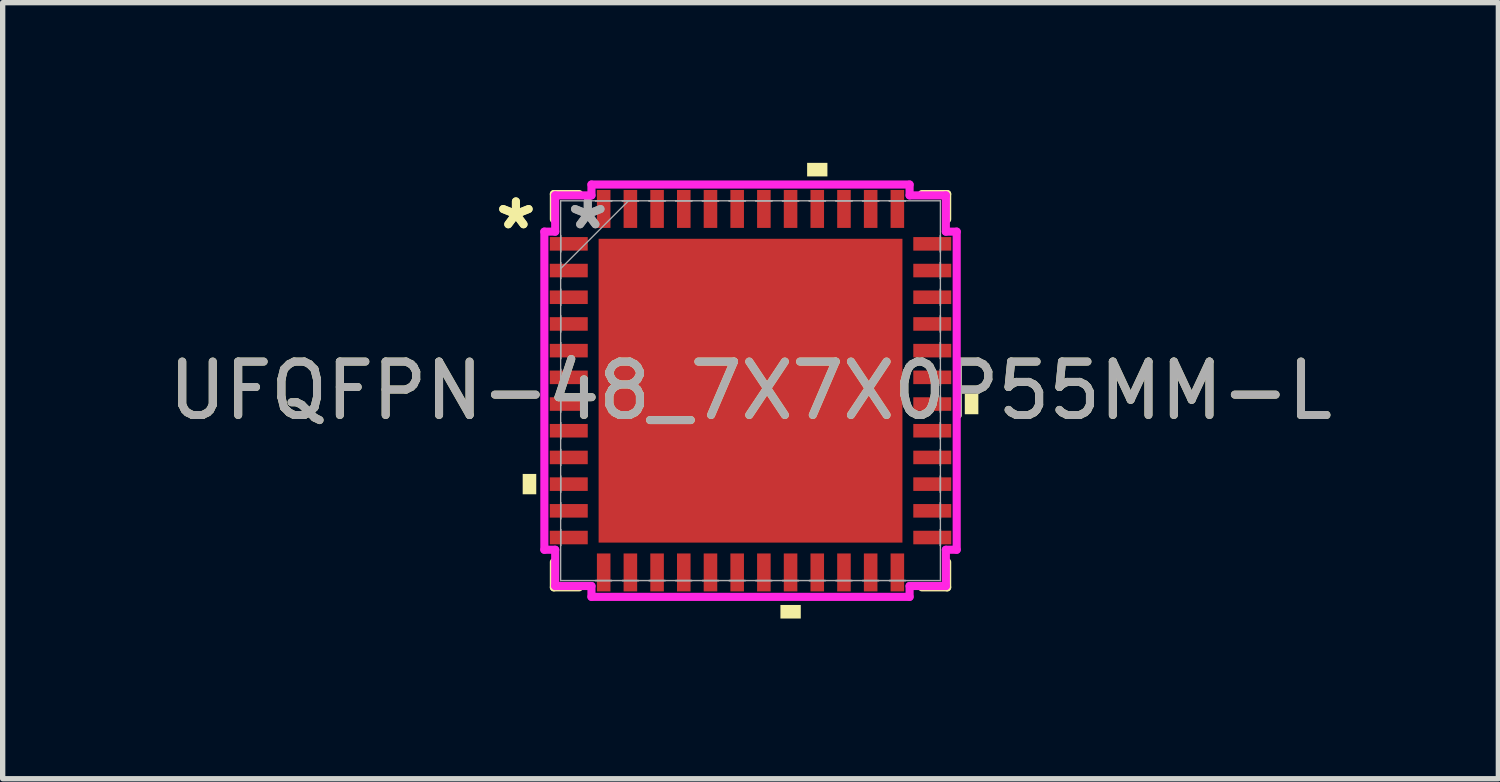
<source format=kicad_pcb>
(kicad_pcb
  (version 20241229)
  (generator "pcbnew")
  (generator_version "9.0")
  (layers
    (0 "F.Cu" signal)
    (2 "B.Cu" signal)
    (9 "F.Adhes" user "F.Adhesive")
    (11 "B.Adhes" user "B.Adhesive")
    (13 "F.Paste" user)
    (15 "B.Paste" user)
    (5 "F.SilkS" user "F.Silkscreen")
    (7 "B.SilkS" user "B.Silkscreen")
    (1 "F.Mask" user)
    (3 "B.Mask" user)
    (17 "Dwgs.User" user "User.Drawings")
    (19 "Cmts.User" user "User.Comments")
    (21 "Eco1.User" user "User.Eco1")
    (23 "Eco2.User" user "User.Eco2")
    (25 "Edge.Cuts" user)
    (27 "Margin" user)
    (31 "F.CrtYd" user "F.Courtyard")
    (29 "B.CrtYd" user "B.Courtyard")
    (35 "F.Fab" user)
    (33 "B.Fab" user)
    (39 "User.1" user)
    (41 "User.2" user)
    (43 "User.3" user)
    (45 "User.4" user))
  (footprint "UFQFPN-48_7X7X0P55MM-L"
    (layer "F.Cu")
    (at 11.006 4.267)
    (property "Reference" "UFQFPN-48_7X7X0P55MM-L" (at 0 0 0) (unlocked yes) (layer "F.SilkS") (effects (font (size 1 1) (thickness 0.15))))
    (attr smd)
    (fp_line (start -3.683 -3.683) (end -3.683 -3.21) (stroke (width 0.152) (type solid)) (layer "F.SilkS"))
    (fp_line (start -3.683 3.21) (end -3.683 3.683) (stroke (width 0.152) (type solid)) (layer "F.SilkS"))
    (fp_line (start -3.683 3.683) (end -3.21 3.683) (stroke (width 0.152) (type solid)) (layer "F.SilkS"))
    (fp_line (start -3.21 -3.683) (end -3.683 -3.683) (stroke (width 0.152) (type solid)) (layer "F.SilkS"))
    (fp_line (start 3.21 3.683) (end 3.683 3.683) (stroke (width 0.152) (type solid)) (layer "F.SilkS"))
    (fp_line (start 3.683 -3.683) (end 3.21 -3.683) (stroke (width 0.152) (type solid)) (layer "F.SilkS"))
    (fp_line (start 3.683 -3.21) (end 3.683 -3.683) (stroke (width 0.152) (type solid)) (layer "F.SilkS"))
    (fp_line (start 3.683 3.683) (end 3.683 3.21) (stroke (width 0.152) (type solid)) (layer "F.SilkS"))
    (fp_poly (pts (xy -4.267 1.559) (xy -4.267 1.94) (xy -4.013 1.94) (xy -4.013 1.559)) (stroke (width 0) (type solid)) (fill yes) (layer "F.SilkS"))
    (fp_poly (pts (xy 0.56 4.013) (xy 0.56 4.267) (xy 0.941 4.267) (xy 0.941 4.013)) (stroke (width 0) (type solid)) (fill yes) (layer "F.SilkS"))
    (fp_poly (pts (xy 1.06 -4.013) (xy 1.06 -4.267) (xy 1.44 -4.267) (xy 1.44 -4.013)) (stroke (width 0) (type solid)) (fill yes) (layer "F.SilkS"))
    (fp_poly (pts (xy 4.267 0.059) (xy 4.267 0.441) (xy 4.013 0.441) (xy 4.013 0.059)) (stroke (width 0) (type solid)) (fill yes) (layer "F.SilkS"))
    (fp_poly (pts (xy -2.745 -2.745) (xy -2.745 -1.522) (xy -1.522 -1.522) (xy -1.522 -2.745)) (stroke (width 0) (type solid)) (fill yes) (layer "F.Paste"))
    (fp_poly (pts (xy -2.745 -1.322) (xy -2.745 -0.1) (xy -1.522 -0.1) (xy -1.522 -1.322)) (stroke (width 0) (type solid)) (fill yes) (layer "F.Paste"))
    (fp_poly (pts (xy -2.745 0.1) (xy -2.745 1.322) (xy -1.522 1.322) (xy -1.522 0.1)) (stroke (width 0) (type solid)) (fill yes) (layer "F.Paste"))
    (fp_poly (pts (xy -2.745 1.522) (xy -2.745 2.745) (xy -1.522 2.745) (xy -1.522 1.522)) (stroke (width 0) (type solid)) (fill yes) (layer "F.Paste"))
    (fp_poly (pts (xy -1.322 -2.745) (xy -1.322 -1.522) (xy -0.1 -1.522) (xy -0.1 -2.745)) (stroke (width 0) (type solid)) (fill yes) (layer "F.Paste"))
    (fp_poly (pts (xy -1.322 -1.322) (xy -1.322 -0.1) (xy -0.1 -0.1) (xy -0.1 -1.322)) (stroke (width 0) (type solid)) (fill yes) (layer "F.Paste"))
    (fp_poly (pts (xy -1.322 0.1) (xy -1.322 1.322) (xy -0.1 1.322) (xy -0.1 0.1)) (stroke (width 0) (type solid)) (fill yes) (layer "F.Paste"))
    (fp_poly (pts (xy -1.322 1.522) (xy -1.322 2.745) (xy -0.1 2.745) (xy -0.1 1.522)) (stroke (width 0) (type solid)) (fill yes) (layer "F.Paste"))
    (fp_poly (pts (xy 0.1 -2.745) (xy 0.1 -1.522) (xy 1.322 -1.522) (xy 1.322 -2.745)) (stroke (width 0) (type solid)) (fill yes) (layer "F.Paste"))
    (fp_poly (pts (xy 0.1 -1.322) (xy 0.1 -0.1) (xy 1.322 -0.1) (xy 1.322 -1.322)) (stroke (width 0) (type solid)) (fill yes) (layer "F.Paste"))
    (fp_poly (pts (xy 0.1 0.1) (xy 0.1 1.322) (xy 1.322 1.322) (xy 1.322 0.1)) (stroke (width 0) (type solid)) (fill yes) (layer "F.Paste"))
    (fp_poly (pts (xy 0.1 1.522) (xy 0.1 2.745) (xy 1.322 2.745) (xy 1.322 1.522)) (stroke (width 0) (type solid)) (fill yes) (layer "F.Paste"))
    (fp_poly (pts (xy 1.522 -2.745) (xy 1.522 -1.522) (xy 2.745 -1.522) (xy 2.745 -2.745)) (stroke (width 0) (type solid)) (fill yes) (layer "F.Paste"))
    (fp_poly (pts (xy 1.522 -1.322) (xy 1.522 -0.1) (xy 2.745 -0.1) (xy 2.745 -1.322)) (stroke (width 0) (type solid)) (fill yes) (layer "F.Paste"))
    (fp_poly (pts (xy 1.522 0.1) (xy 1.522 1.322) (xy 2.745 1.322) (xy 2.745 0.1)) (stroke (width 0) (type solid)) (fill yes) (layer "F.Paste"))
    (fp_poly (pts (xy 1.522 1.522) (xy 1.522 2.745) (xy 2.745 2.745) (xy 2.745 1.522)) (stroke (width 0) (type solid)) (fill yes) (layer "F.Paste"))
    (fp_line (start -3.861 -2.979) (end -3.658 -2.979) (stroke (width 0.152) (type solid)) (layer "F.CrtYd"))
    (fp_line (start -3.861 2.979) (end -3.861 -2.979) (stroke (width 0.152) (type solid)) (layer "F.CrtYd"))
    (fp_line (start -3.658 -3.658) (end -2.979 -3.658) (stroke (width 0.152) (type solid)) (layer "F.CrtYd"))
    (fp_line (start -3.658 -2.979) (end -3.658 -3.658) (stroke (width 0.152) (type solid)) (layer "F.CrtYd"))
    (fp_line (start -3.658 2.979) (end -3.861 2.979) (stroke (width 0.152) (type solid)) (layer "F.CrtYd"))
    (fp_line (start -3.658 3.658) (end -3.658 2.979) (stroke (width 0.152) (type solid)) (layer "F.CrtYd"))
    (fp_line (start -2.979 -3.861) (end 2.979 -3.861) (stroke (width 0.152) (type solid)) (layer "F.CrtYd"))
    (fp_line (start -2.979 -3.658) (end -2.979 -3.861) (stroke (width 0.152) (type solid)) (layer "F.CrtYd"))
    (fp_line (start -2.979 3.658) (end -3.658 3.658) (stroke (width 0.152) (type solid)) (layer "F.CrtYd"))
    (fp_line (start -2.979 3.861) (end -2.979 3.658) (stroke (width 0.152) (type solid)) (layer "F.CrtYd"))
    (fp_line (start 2.979 -3.861) (end 2.979 -3.658) (stroke (width 0.152) (type solid)) (layer "F.CrtYd"))
    (fp_line (start 2.979 -3.658) (end 3.658 -3.658) (stroke (width 0.152) (type solid)) (layer "F.CrtYd"))
    (fp_line (start 2.979 3.658) (end 2.979 3.861) (stroke (width 0.152) (type solid)) (layer "F.CrtYd"))
    (fp_line (start 2.979 3.861) (end -2.979 3.861) (stroke (width 0.152) (type solid)) (layer "F.CrtYd"))
    (fp_line (start 3.658 -3.658) (end 3.658 -2.979) (stroke (width 0.152) (type solid)) (layer "F.CrtYd"))
    (fp_line (start 3.658 -2.979) (end 3.861 -2.979) (stroke (width 0.152) (type solid)) (layer "F.CrtYd"))
    (fp_line (start 3.658 2.979) (end 3.658 3.658) (stroke (width 0.152) (type solid)) (layer "F.CrtYd"))
    (fp_line (start 3.658 3.658) (end 2.979 3.658) (stroke (width 0.152) (type solid)) (layer "F.CrtYd"))
    (fp_line (start 3.861 -2.979) (end 3.861 2.979) (stroke (width 0.152) (type solid)) (layer "F.CrtYd"))
    (fp_line (start 3.861 2.979) (end 3.658 2.979) (stroke (width 0.152) (type solid)) (layer "F.CrtYd"))
    (fp_line (start -3.556 -3.556) (end -3.556 -3.556) (stroke (width 0.025) (type solid)) (layer "F.Fab"))
    (fp_line (start -3.556 -3.556) (end -3.556 3.556) (stroke (width 0.025) (type solid)) (layer "F.Fab"))
    (fp_line (start -3.556 -2.902) (end -3.556 -2.902) (stroke (width 0.025) (type solid)) (layer "F.Fab"))
    (fp_line (start -3.556 -2.902) (end -3.556 -2.598) (stroke (width 0.025) (type solid)) (layer "F.Fab"))
    (fp_line (start -3.556 -2.598) (end -3.556 -2.902) (stroke (width 0.025) (type solid)) (layer "F.Fab"))
    (fp_line (start -3.556 -2.598) (end -3.556 -2.598) (stroke (width 0.025) (type solid)) (layer "F.Fab"))
    (fp_line (start -3.556 -2.402) (end -3.556 -2.402) (stroke (width 0.025) (type solid)) (layer "F.Fab"))
    (fp_line (start -3.556 -2.402) (end -3.556 -2.098) (stroke (width 0.025) (type solid)) (layer "F.Fab"))
    (fp_line (start -3.556 -2.286) (end -2.286 -3.556) (stroke (width 0.025) (type solid)) (layer "F.Fab"))
    (fp_line (start -3.556 -2.098) (end -3.556 -2.402) (stroke (width 0.025) (type solid)) (layer "F.Fab"))
    (fp_line (start -3.556 -2.098) (end -3.556 -2.098) (stroke (width 0.025) (type solid)) (layer "F.Fab"))
    (fp_line (start -3.556 -1.902) (end -3.556 -1.902) (stroke (width 0.025) (type solid)) (layer "F.Fab"))
    (fp_line (start -3.556 -1.902) (end -3.556 -1.598) (stroke (width 0.025) (type solid)) (layer "F.Fab"))
    (fp_line (start -3.556 -1.598) (end -3.556 -1.902) (stroke (width 0.025) (type solid)) (layer "F.Fab"))
    (fp_line (start -3.556 -1.598) (end -3.556 -1.598) (stroke (width 0.025) (type solid)) (layer "F.Fab"))
    (fp_line (start -3.556 -1.402) (end -3.556 -1.402) (stroke (width 0.025) (type solid)) (layer "F.Fab"))
    (fp_line (start -3.556 -1.402) (end -3.556 -1.098) (stroke (width 0.025) (type solid)) (layer "F.Fab"))
    (fp_line (start -3.556 -1.098) (end -3.556 -1.402) (stroke (width 0.025) (type solid)) (layer "F.Fab"))
    (fp_line (start -3.556 -1.098) (end -3.556 -1.098) (stroke (width 0.025) (type solid)) (layer "F.Fab"))
    (fp_line (start -3.556 -0.902) (end -3.556 -0.902) (stroke (width 0.025) (type solid)) (layer "F.Fab"))
    (fp_line (start -3.556 -0.902) (end -3.556 -0.598) (stroke (width 0.025) (type solid)) (layer "F.Fab"))
    (fp_line (start -3.556 -0.598) (end -3.556 -0.902) (stroke (width 0.025) (type solid)) (layer "F.Fab"))
    (fp_line (start -3.556 -0.598) (end -3.556 -0.598) (stroke (width 0.025) (type solid)) (layer "F.Fab"))
    (fp_line (start -3.556 -0.402) (end -3.556 -0.402) (stroke (width 0.025) (type solid)) (layer "F.Fab"))
    (fp_line (start -3.556 -0.402) (end -3.556 -0.098) (stroke (width 0.025) (type solid)) (layer "F.Fab"))
    (fp_line (start -3.556 -0.098) (end -3.556 -0.402) (stroke (width 0.025) (type solid)) (layer "F.Fab"))
    (fp_line (start -3.556 -0.098) (end -3.556 -0.098) (stroke (width 0.025) (type solid)) (layer "F.Fab"))
    (fp_line (start -3.556 0.098) (end -3.556 0.098) (stroke (width 0.025) (type solid)) (layer "F.Fab"))
    (fp_line (start -3.556 0.098) (end -3.556 0.402) (stroke (width 0.025) (type solid)) (layer "F.Fab"))
    (fp_line (start -3.556 0.402) (end -3.556 0.098) (stroke (width 0.025) (type solid)) (layer "F.Fab"))
    (fp_line (start -3.556 0.402) (end -3.556 0.402) (stroke (width 0.025) (type solid)) (layer "F.Fab"))
    (fp_line (start -3.556 0.598) (end -3.556 0.598) (stroke (width 0.025) (type solid)) (layer "F.Fab"))
    (fp_line (start -3.556 0.598) (end -3.556 0.902) (stroke (width 0.025) (type solid)) (layer "F.Fab"))
    (fp_line (start -3.556 0.902) (end -3.556 0.598) (stroke (width 0.025) (type solid)) (layer "F.Fab"))
    (fp_line (start -3.556 0.902) (end -3.556 0.902) (stroke (width 0.025) (type solid)) (layer "F.Fab"))
    (fp_line (start -3.556 1.098) (end -3.556 1.098) (stroke (width 0.025) (type solid)) (layer "F.Fab"))
    (fp_line (start -3.556 1.098) (end -3.556 1.402) (stroke (width 0.025) (type solid)) (layer "F.Fab"))
    (fp_line (start -3.556 1.402) (end -3.556 1.098) (stroke (width 0.025) (type solid)) (layer "F.Fab"))
    (fp_line (start -3.556 1.402) (end -3.556 1.402) (stroke (width 0.025) (type solid)) (layer "F.Fab"))
    (fp_line (start -3.556 1.598) (end -3.556 1.598) (stroke (width 0.025) (type solid)) (layer "F.Fab"))
    (fp_line (start -3.556 1.598) (end -3.556 1.902) (stroke (width 0.025) (type solid)) (layer "F.Fab"))
    (fp_line (start -3.556 1.902) (end -3.556 1.598) (stroke (width 0.025) (type solid)) (layer "F.Fab"))
    (fp_line (start -3.556 1.902) (end -3.556 1.902) (stroke (width 0.025) (type solid)) (layer "F.Fab"))
    (fp_line (start -3.556 2.098) (end -3.556 2.098) (stroke (width 0.025) (type solid)) (layer "F.Fab"))
    (fp_line (start -3.556 2.098) (end -3.556 2.402) (stroke (width 0.025) (type solid)) (layer "F.Fab"))
    (fp_line (start -3.556 2.402) (end -3.556 2.098) (stroke (width 0.025) (type solid)) (layer "F.Fab"))
    (fp_line (start -3.556 2.402) (end -3.556 2.402) (stroke (width 0.025) (type solid)) (layer "F.Fab"))
    (fp_line (start -3.556 2.598) (end -3.556 2.598) (stroke (width 0.025) (type solid)) (layer "F.Fab"))
    (fp_line (start -3.556 2.598) (end -3.556 2.902) (stroke (width 0.025) (type solid)) (layer "F.Fab"))
    (fp_line (start -3.556 2.902) (end -3.556 2.598) (stroke (width 0.025) (type solid)) (layer "F.Fab"))
    (fp_line (start -3.556 2.902) (end -3.556 2.902) (stroke (width 0.025) (type solid)) (layer "F.Fab"))
    (fp_line (start -3.556 3.556) (end -3.556 3.556) (stroke (width 0.025) (type solid)) (layer "F.Fab"))
    (fp_line (start -3.556 3.556) (end 3.556 3.556) (stroke (width 0.025) (type solid)) (layer "F.Fab"))
    (fp_line (start -2.902 -3.556) (end -2.902 -3.556) (stroke (width 0.025) (type solid)) (layer "F.Fab"))
    (fp_line (start -2.902 -3.556) (end -2.598 -3.556) (stroke (width 0.025) (type solid)) (layer "F.Fab"))
    (fp_line (start -2.902 3.556) (end -2.902 3.556) (stroke (width 0.025) (type solid)) (layer "F.Fab"))
    (fp_line (start -2.902 3.556) (end -2.598 3.556) (stroke (width 0.025) (type solid)) (layer "F.Fab"))
    (fp_line (start -2.598 -3.556) (end -2.902 -3.556) (stroke (width 0.025) (type solid)) (layer "F.Fab"))
    (fp_line (start -2.598 -3.556) (end -2.598 -3.556) (stroke (width 0.025) (type solid)) (layer "F.Fab"))
    (fp_line (start -2.598 3.556) (end -2.902 3.556) (stroke (width 0.025) (type solid)) (layer "F.Fab"))
    (fp_line (start -2.598 3.556) (end -2.598 3.556) (stroke (width 0.025) (type solid)) (layer "F.Fab"))
    (fp_line (start -2.402 -3.556) (end -2.402 -3.556) (stroke (width 0.025) (type solid)) (layer "F.Fab"))
    (fp_line (start -2.402 -3.556) (end -2.098 -3.556) (stroke (width 0.025) (type solid)) (layer "F.Fab"))
    (fp_line (start -2.402 3.556) (end -2.402 3.556) (stroke (width 0.025) (type solid)) (layer "F.Fab"))
    (fp_line (start -2.402 3.556) (end -2.098 3.556) (stroke (width 0.025) (type solid)) (layer "F.Fab"))
    (fp_line (start -2.098 -3.556) (end -2.402 -3.556) (stroke (width 0.025) (type solid)) (layer "F.Fab"))
    (fp_line (start -2.098 -3.556) (end -2.098 -3.556) (stroke (width 0.025) (type solid)) (layer "F.Fab"))
    (fp_line (start -2.098 3.556) (end -2.402 3.556) (stroke (width 0.025) (type solid)) (layer "F.Fab"))
    (fp_line (start -2.098 3.556) (end -2.098 3.556) (stroke (width 0.025) (type solid)) (layer "F.Fab"))
    (fp_line (start -1.902 -3.556) (end -1.902 -3.556) (stroke (width 0.025) (type solid)) (layer "F.Fab"))
    (fp_line (start -1.902 -3.556) (end -1.598 -3.556) (stroke (width 0.025) (type solid)) (layer "F.Fab"))
    (fp_line (start -1.902 3.556) (end -1.902 3.556) (stroke (width 0.025) (type solid)) (layer "F.Fab"))
    (fp_line (start -1.902 3.556) (end -1.598 3.556) (stroke (width 0.025) (type solid)) (layer "F.Fab"))
    (fp_line (start -1.598 -3.556) (end -1.902 -3.556) (stroke (width 0.025) (type solid)) (layer "F.Fab"))
    (fp_line (start -1.598 -3.556) (end -1.598 -3.556) (stroke (width 0.025) (type solid)) (layer "F.Fab"))
    (fp_line (start -1.598 3.556) (end -1.902 3.556) (stroke (width 0.025) (type solid)) (layer "F.Fab"))
    (fp_line (start -1.598 3.556) (end -1.598 3.556) (stroke (width 0.025) (type solid)) (layer "F.Fab"))
    (fp_line (start -1.402 -3.556) (end -1.402 -3.556) (stroke (width 0.025) (type solid)) (layer "F.Fab"))
    (fp_line (start -1.402 -3.556) (end -1.098 -3.556) (stroke (width 0.025) (type solid)) (layer "F.Fab"))
    (fp_line (start -1.402 3.556) (end -1.402 3.556) (stroke (width 0.025) (type solid)) (layer "F.Fab"))
    (fp_line (start -1.402 3.556) (end -1.098 3.556) (stroke (width 0.025) (type solid)) (layer "F.Fab"))
    (fp_line (start -1.098 -3.556) (end -1.402 -3.556) (stroke (width 0.025) (type solid)) (layer "F.Fab"))
    (fp_line (start -1.098 -3.556) (end -1.098 -3.556) (stroke (width 0.025) (type solid)) (layer "F.Fab"))
    (fp_line (start -1.098 3.556) (end -1.402 3.556) (stroke (width 0.025) (type solid)) (layer "F.Fab"))
    (fp_line (start -1.098 3.556) (end -1.098 3.556) (stroke (width 0.025) (type solid)) (layer "F.Fab"))
    (fp_line (start -0.902 -3.556) (end -0.902 -3.556) (stroke (width 0.025) (type solid)) (layer "F.Fab"))
    (fp_line (start -0.902 -3.556) (end -0.598 -3.556) (stroke (width 0.025) (type solid)) (layer "F.Fab"))
    (fp_line (start -0.902 3.556) (end -0.902 3.556) (stroke (width 0.025) (type solid)) (layer "F.Fab"))
    (fp_line (start -0.902 3.556) (end -0.598 3.556) (stroke (width 0.025) (type solid)) (layer "F.Fab"))
    (fp_line (start -0.598 -3.556) (end -0.902 -3.556) (stroke (width 0.025) (type solid)) (layer "F.Fab"))
    (fp_line (start -0.598 -3.556) (end -0.598 -3.556) (stroke (width 0.025) (type solid)) (layer "F.Fab"))
    (fp_line (start -0.598 3.556) (end -0.902 3.556) (stroke (width 0.025) (type solid)) (layer "F.Fab"))
    (fp_line (start -0.598 3.556) (end -0.598 3.556) (stroke (width 0.025) (type solid)) (layer "F.Fab"))
    (fp_line (start -0.402 -3.556) (end -0.402 -3.556) (stroke (width 0.025) (type solid)) (layer "F.Fab"))
    (fp_line (start -0.402 -3.556) (end -0.098 -3.556) (stroke (width 0.025) (type solid)) (layer "F.Fab"))
    (fp_line (start -0.402 3.556) (end -0.402 3.556) (stroke (width 0.025) (type solid)) (layer "F.Fab"))
    (fp_line (start -0.402 3.556) (end -0.098 3.556) (stroke (width 0.025) (type solid)) (layer "F.Fab"))
    (fp_line (start -0.098 -3.556) (end -0.402 -3.556) (stroke (width 0.025) (type solid)) (layer "F.Fab"))
    (fp_line (start -0.098 -3.556) (end -0.098 -3.556) (stroke (width 0.025) (type solid)) (layer "F.Fab"))
    (fp_line (start -0.098 3.556) (end -0.402 3.556) (stroke (width 0.025) (type solid)) (layer "F.Fab"))
    (fp_line (start -0.098 3.556) (end -0.098 3.556) (stroke (width 0.025) (type solid)) (layer "F.Fab"))
    (fp_line (start 0.098 -3.556) (end 0.098 -3.556) (stroke (width 0.025) (type solid)) (layer "F.Fab"))
    (fp_line (start 0.098 -3.556) (end 0.402 -3.556) (stroke (width 0.025) (type solid)) (layer "F.Fab"))
    (fp_line (start 0.098 3.556) (end 0.098 3.556) (stroke (width 0.025) (type solid)) (layer "F.Fab"))
    (fp_line (start 0.098 3.556) (end 0.402 3.556) (stroke (width 0.025) (type solid)) (layer "F.Fab"))
    (fp_line (start 0.402 -3.556) (end 0.098 -3.556) (stroke (width 0.025) (type solid)) (layer "F.Fab"))
    (fp_line (start 0.402 -3.556) (end 0.402 -3.556) (stroke (width 0.025) (type solid)) (layer "F.Fab"))
    (fp_line (start 0.402 3.556) (end 0.098 3.556) (stroke (width 0.025) (type solid)) (layer "F.Fab"))
    (fp_line (start 0.402 3.556) (end 0.402 3.556) (stroke (width 0.025) (type solid)) (layer "F.Fab"))
    (fp_line (start 0.598 -3.556) (end 0.598 -3.556) (stroke (width 0.025) (type solid)) (layer "F.Fab"))
    (fp_line (start 0.598 -3.556) (end 0.902 -3.556) (stroke (width 0.025) (type solid)) (layer "F.Fab"))
    (fp_line (start 0.598 3.556) (end 0.598 3.556) (stroke (width 0.025) (type solid)) (layer "F.Fab"))
    (fp_line (start 0.598 3.556) (end 0.902 3.556) (stroke (width 0.025) (type solid)) (layer "F.Fab"))
    (fp_line (start 0.902 -3.556) (end 0.598 -3.556) (stroke (width 0.025) (type solid)) (layer "F.Fab"))
    (fp_line (start 0.902 -3.556) (end 0.902 -3.556) (stroke (width 0.025) (type solid)) (layer "F.Fab"))
    (fp_line (start 0.902 3.556) (end 0.598 3.556) (stroke (width 0.025) (type solid)) (layer "F.Fab"))
    (fp_line (start 0.902 3.556) (end 0.902 3.556) (stroke (width 0.025) (type solid)) (layer "F.Fab"))
    (fp_line (start 1.098 -3.556) (end 1.098 -3.556) (stroke (width 0.025) (type solid)) (layer "F.Fab"))
    (fp_line (start 1.098 -3.556) (end 1.402 -3.556) (stroke (width 0.025) (type solid)) (layer "F.Fab"))
    (fp_line (start 1.098 3.556) (end 1.098 3.556) (stroke (width 0.025) (type solid)) (layer "F.Fab"))
    (fp_line (start 1.098 3.556) (end 1.402 3.556) (stroke (width 0.025) (type solid)) (layer "F.Fab"))
    (fp_line (start 1.402 -3.556) (end 1.098 -3.556) (stroke (width 0.025) (type solid)) (layer "F.Fab"))
    (fp_line (start 1.402 -3.556) (end 1.402 -3.556) (stroke (width 0.025) (type solid)) (layer "F.Fab"))
    (fp_line (start 1.402 3.556) (end 1.098 3.556) (stroke (width 0.025) (type solid)) (layer "F.Fab"))
    (fp_line (start 1.402 3.556) (end 1.402 3.556) (stroke (width 0.025) (type solid)) (layer "F.Fab"))
    (fp_line (start 1.598 -3.556) (end 1.598 -3.556) (stroke (width 0.025) (type solid)) (layer "F.Fab"))
    (fp_line (start 1.598 -3.556) (end 1.902 -3.556) (stroke (width 0.025) (type solid)) (layer "F.Fab"))
    (fp_line (start 1.598 3.556) (end 1.598 3.556) (stroke (width 0.025) (type solid)) (layer "F.Fab"))
    (fp_line (start 1.598 3.556) (end 1.902 3.556) (stroke (width 0.025) (type solid)) (layer "F.Fab"))
    (fp_line (start 1.902 -3.556) (end 1.598 -3.556) (stroke (width 0.025) (type solid)) (layer "F.Fab"))
    (fp_line (start 1.902 -3.556) (end 1.902 -3.556) (stroke (width 0.025) (type solid)) (layer "F.Fab"))
    (fp_line (start 1.902 3.556) (end 1.598 3.556) (stroke (width 0.025) (type solid)) (layer "F.Fab"))
    (fp_line (start 1.902 3.556) (end 1.902 3.556) (stroke (width 0.025) (type solid)) (layer "F.Fab"))
    (fp_line (start 2.098 -3.556) (end 2.098 -3.556) (stroke (width 0.025) (type solid)) (layer "F.Fab"))
    (fp_line (start 2.098 -3.556) (end 2.402 -3.556) (stroke (width 0.025) (type solid)) (layer "F.Fab"))
    (fp_line (start 2.098 3.556) (end 2.098 3.556) (stroke (width 0.025) (type solid)) (layer "F.Fab"))
    (fp_line (start 2.098 3.556) (end 2.402 3.556) (stroke (width 0.025) (type solid)) (layer "F.Fab"))
    (fp_line (start 2.402 -3.556) (end 2.098 -3.556) (stroke (width 0.025) (type solid)) (layer "F.Fab"))
    (fp_line (start 2.402 -3.556) (end 2.402 -3.556) (stroke (width 0.025) (type solid)) (layer "F.Fab"))
    (fp_line (start 2.402 3.556) (end 2.098 3.556) (stroke (width 0.025) (type solid)) (layer "F.Fab"))
    (fp_line (start 2.402 3.556) (end 2.402 3.556) (stroke (width 0.025) (type solid)) (layer "F.Fab"))
    (fp_line (start 2.598 -3.556) (end 2.598 -3.556) (stroke (width 0.025) (type solid)) (layer "F.Fab"))
    (fp_line (start 2.598 -3.556) (end 2.902 -3.556) (stroke (width 0.025) (type solid)) (layer "F.Fab"))
    (fp_line (start 2.598 3.556) (end 2.598 3.556) (stroke (width 0.025) (type solid)) (layer "F.Fab"))
    (fp_line (start 2.598 3.556) (end 2.902 3.556) (stroke (width 0.025) (type solid)) (layer "F.Fab"))
    (fp_line (start 2.902 -3.556) (end 2.598 -3.556) (stroke (width 0.025) (type solid)) (layer "F.Fab"))
    (fp_line (start 2.902 -3.556) (end 2.902 -3.556) (stroke (width 0.025) (type solid)) (layer "F.Fab"))
    (fp_line (start 2.902 3.556) (end 2.598 3.556) (stroke (width 0.025) (type solid)) (layer "F.Fab"))
    (fp_line (start 2.902 3.556) (end 2.902 3.556) (stroke (width 0.025) (type solid)) (layer "F.Fab"))
    (fp_line (start 3.556 -3.556) (end -3.556 -3.556) (stroke (width 0.025) (type solid)) (layer "F.Fab"))
    (fp_line (start 3.556 -3.556) (end 3.556 -3.556) (stroke (width 0.025) (type solid)) (layer "F.Fab"))
    (fp_line (start 3.556 -2.902) (end 3.556 -2.902) (stroke (width 0.025) (type solid)) (layer "F.Fab"))
    (fp_line (start 3.556 -2.902) (end 3.556 -2.598) (stroke (width 0.025) (type solid)) (layer "F.Fab"))
    (fp_line (start 3.556 -2.598) (end 3.556 -2.902) (stroke (width 0.025) (type solid)) (layer "F.Fab"))
    (fp_line (start 3.556 -2.598) (end 3.556 -2.598) (stroke (width 0.025) (type solid)) (layer "F.Fab"))
    (fp_line (start 3.556 -2.402) (end 3.556 -2.402) (stroke (width 0.025) (type solid)) (layer "F.Fab"))
    (fp_line (start 3.556 -2.402) (end 3.556 -2.098) (stroke (width 0.025) (type solid)) (layer "F.Fab"))
    (fp_line (start 3.556 -2.098) (end 3.556 -2.402) (stroke (width 0.025) (type solid)) (layer "F.Fab"))
    (fp_line (start 3.556 -2.098) (end 3.556 -2.098) (stroke (width 0.025) (type solid)) (layer "F.Fab"))
    (fp_line (start 3.556 -1.902) (end 3.556 -1.902) (stroke (width 0.025) (type solid)) (layer "F.Fab"))
    (fp_line (start 3.556 -1.902) (end 3.556 -1.598) (stroke (width 0.025) (type solid)) (layer "F.Fab"))
    (fp_line (start 3.556 -1.598) (end 3.556 -1.902) (stroke (width 0.025) (type solid)) (layer "F.Fab"))
    (fp_line (start 3.556 -1.598) (end 3.556 -1.598) (stroke (width 0.025) (type solid)) (layer "F.Fab"))
    (fp_line (start 3.556 -1.402) (end 3.556 -1.402) (stroke (width 0.025) (type solid)) (layer "F.Fab"))
    (fp_line (start 3.556 -1.402) (end 3.556 -1.098) (stroke (width 0.025) (type solid)) (layer "F.Fab"))
    (fp_line (start 3.556 -1.098) (end 3.556 -1.402) (stroke (width 0.025) (type solid)) (layer "F.Fab"))
    (fp_line (start 3.556 -1.098) (end 3.556 -1.098) (stroke (width 0.025) (type solid)) (layer "F.Fab"))
    (fp_line (start 3.556 -0.902) (end 3.556 -0.902) (stroke (width 0.025) (type solid)) (layer "F.Fab"))
    (fp_line (start 3.556 -0.902) (end 3.556 -0.598) (stroke (width 0.025) (type solid)) (layer "F.Fab"))
    (fp_line (start 3.556 -0.598) (end 3.556 -0.902) (stroke (width 0.025) (type solid)) (layer "F.Fab"))
    (fp_line (start 3.556 -0.598) (end 3.556 -0.598) (stroke (width 0.025) (type solid)) (layer "F.Fab"))
    (fp_line (start 3.556 -0.402) (end 3.556 -0.402) (stroke (width 0.025) (type solid)) (layer "F.Fab"))
    (fp_line (start 3.556 -0.402) (end 3.556 -0.098) (stroke (width 0.025) (type solid)) (layer "F.Fab"))
    (fp_line (start 3.556 -0.098) (end 3.556 -0.402) (stroke (width 0.025) (type solid)) (layer "F.Fab"))
    (fp_line (start 3.556 -0.098) (end 3.556 -0.098) (stroke (width 0.025) (type solid)) (layer "F.Fab"))
    (fp_line (start 3.556 0.098) (end 3.556 0.098) (stroke (width 0.025) (type solid)) (layer "F.Fab"))
    (fp_line (start 3.556 0.098) (end 3.556 0.402) (stroke (width 0.025) (type solid)) (layer "F.Fab"))
    (fp_line (start 3.556 0.402) (end 3.556 0.098) (stroke (width 0.025) (type solid)) (layer "F.Fab"))
    (fp_line (start 3.556 0.402) (end 3.556 0.402) (stroke (width 0.025) (type solid)) (layer "F.Fab"))
    (fp_line (start 3.556 0.598) (end 3.556 0.598) (stroke (width 0.025) (type solid)) (layer "F.Fab"))
    (fp_line (start 3.556 0.598) (end 3.556 0.902) (stroke (width 0.025) (type solid)) (layer "F.Fab"))
    (fp_line (start 3.556 0.902) (end 3.556 0.598) (stroke (width 0.025) (type solid)) (layer "F.Fab"))
    (fp_line (start 3.556 0.902) (end 3.556 0.902) (stroke (width 0.025) (type solid)) (layer "F.Fab"))
    (fp_line (start 3.556 1.098) (end 3.556 1.098) (stroke (width 0.025) (type solid)) (layer "F.Fab"))
    (fp_line (start 3.556 1.098) (end 3.556 1.402) (stroke (width 0.025) (type solid)) (layer "F.Fab"))
    (fp_line (start 3.556 1.402) (end 3.556 1.098) (stroke (width 0.025) (type solid)) (layer "F.Fab"))
    (fp_line (start 3.556 1.402) (end 3.556 1.402) (stroke (width 0.025) (type solid)) (layer "F.Fab"))
    (fp_line (start 3.556 1.598) (end 3.556 1.598) (stroke (width 0.025) (type solid)) (layer "F.Fab"))
    (fp_line (start 3.556 1.598) (end 3.556 1.902) (stroke (width 0.025) (type solid)) (layer "F.Fab"))
    (fp_line (start 3.556 1.902) (end 3.556 1.598) (stroke (width 0.025) (type solid)) (layer "F.Fab"))
    (fp_line (start 3.556 1.902) (end 3.556 1.902) (stroke (width 0.025) (type solid)) (layer "F.Fab"))
    (fp_line (start 3.556 2.098) (end 3.556 2.098) (stroke (width 0.025) (type solid)) (layer "F.Fab"))
    (fp_line (start 3.556 2.098) (end 3.556 2.402) (stroke (width 0.025) (type solid)) (layer "F.Fab"))
    (fp_line (start 3.556 2.402) (end 3.556 2.098) (stroke (width 0.025) (type solid)) (layer "F.Fab"))
    (fp_line (start 3.556 2.402) (end 3.556 2.402) (stroke (width 0.025) (type solid)) (layer "F.Fab"))
    (fp_line (start 3.556 2.598) (end 3.556 2.598) (stroke (width 0.025) (type solid)) (layer "F.Fab"))
    (fp_line (start 3.556 2.598) (end 3.556 2.902) (stroke (width 0.025) (type solid)) (layer "F.Fab"))
    (fp_line (start 3.556 2.902) (end 3.556 2.598) (stroke (width 0.025) (type solid)) (layer "F.Fab"))
    (fp_line (start 3.556 2.902) (end 3.556 2.902) (stroke (width 0.025) (type solid)) (layer "F.Fab"))
    (fp_line (start 3.556 3.556) (end 3.556 -3.556) (stroke (width 0.025) (type solid)) (layer "F.Fab"))
    (fp_line (start 3.556 3.556) (end 3.556 3.556) (stroke (width 0.025) (type solid)) (layer "F.Fab"))
    (fp_text user "*" (at -4.394 -3 0) (layer "F.SilkS") (effects (font (size 1 1) (thickness 0.15))))
    (fp_text user "*" (at -4.394 -3 0) (unlocked yes) (layer "F.SilkS") (effects (font (size 1 1) (thickness 0.15))))
    (fp_text user "${REFERENCE}" (at 0 0 0) (unlocked yes) (layer "F.Fab") (effects (font (size 1 1) (thickness 0.15))))
    (fp_text user "*" (at -3.048 -3 0) (layer "F.Fab") (effects (font (size 1 1) (thickness 0.15))))
    (fp_text user "*" (at -3.048 -3 0) (unlocked yes) (layer "F.Fab") (effects (font (size 1 1) (thickness 0.15))))
    (pad "1" smd rect (at -3.404 -2.75 90) (size 0.254 0.711) (layers "F.Cu" "F.Mask" "F.Paste"))
    (pad "2" smd rect (at -3.404 -2.25 90) (size 0.254 0.711) (layers "F.Cu" "F.Mask" "F.Paste"))
    (pad "3" smd rect (at -3.404 -1.75 90) (size 0.254 0.711) (layers "F.Cu" "F.Mask" "F.Paste"))
    (pad "4" smd rect (at -3.404 -1.25 90) (size 0.254 0.711) (layers "F.Cu" "F.Mask" "F.Paste"))
    (pad "5" smd rect (at -3.404 -0.75 90) (size 0.254 0.711) (layers "F.Cu" "F.Mask" "F.Paste"))
    (pad "6" smd rect (at -3.404 -0.25 90) (size 0.254 0.711) (layers "F.Cu" "F.Mask" "F.Paste"))
    (pad "7" smd rect (at -3.404 0.25 90) (size 0.254 0.711) (layers "F.Cu" "F.Mask" "F.Paste"))
    (pad "8" smd rect (at -3.404 0.75 90) (size 0.254 0.711) (layers "F.Cu" "F.Mask" "F.Paste"))
    (pad "9" smd rect (at -3.404 1.25 90) (size 0.254 0.711) (layers "F.Cu" "F.Mask" "F.Paste"))
    (pad "10" smd rect (at -3.404 1.75 90) (size 0.254 0.711) (layers "F.Cu" "F.Mask" "F.Paste"))
    (pad "11" smd rect (at -3.404 2.25 90) (size 0.254 0.711) (layers "F.Cu" "F.Mask" "F.Paste"))
    (pad "12" smd rect (at -3.404 2.75 90) (size 0.254 0.711) (layers "F.Cu" "F.Mask" "F.Paste"))
    (pad "13" smd rect (at -2.75 3.404) (size 0.254 0.711) (layers "F.Cu" "F.Mask" "F.Paste"))
    (pad "14" smd rect (at -2.25 3.404) (size 0.254 0.711) (layers "F.Cu" "F.Mask" "F.Paste"))
    (pad "15" smd rect (at -1.75 3.404) (size 0.254 0.711) (layers "F.Cu" "F.Mask" "F.Paste"))
    (pad "16" smd rect (at -1.25 3.404) (size 0.254 0.711) (layers "F.Cu" "F.Mask" "F.Paste"))
    (pad "17" smd rect (at -0.75 3.404) (size 0.254 0.711) (layers "F.Cu" "F.Mask" "F.Paste"))
    (pad "18" smd rect (at -0.25 3.404) (size 0.254 0.711) (layers "F.Cu" "F.Mask" "F.Paste"))
    (pad "19" smd rect (at 0.25 3.404) (size 0.254 0.711) (layers "F.Cu" "F.Mask" "F.Paste"))
    (pad "20" smd rect (at 0.75 3.404) (size 0.254 0.711) (layers "F.Cu" "F.Mask" "F.Paste"))
    (pad "21" smd rect (at 1.25 3.404) (size 0.254 0.711) (layers "F.Cu" "F.Mask" "F.Paste"))
    (pad "22" smd rect (at 1.75 3.404) (size 0.254 0.711) (layers "F.Cu" "F.Mask" "F.Paste"))
    (pad "23" smd rect (at 2.25 3.404) (size 0.254 0.711) (layers "F.Cu" "F.Mask" "F.Paste"))
    (pad "24" smd rect (at 2.75 3.404) (size 0.254 0.711) (layers "F.Cu" "F.Mask" "F.Paste"))
    (pad "25" smd rect (at 3.404 2.75 90) (size 0.254 0.711) (layers "F.Cu" "F.Mask" "F.Paste"))
    (pad "26" smd rect (at 3.404 2.25 90) (size 0.254 0.711) (layers "F.Cu" "F.Mask" "F.Paste"))
    (pad "27" smd rect (at 3.404 1.75 90) (size 0.254 0.711) (layers "F.Cu" "F.Mask" "F.Paste"))
    (pad "28" smd rect (at 3.404 1.25 90) (size 0.254 0.711) (layers "F.Cu" "F.Mask" "F.Paste"))
    (pad "29" smd rect (at 3.404 0.75 90) (size 0.254 0.711) (layers "F.Cu" "F.Mask" "F.Paste"))
    (pad "30" smd rect (at 3.404 0.25 90) (size 0.254 0.711) (layers "F.Cu" "F.Mask" "F.Paste"))
    (pad "31" smd rect (at 3.404 -0.25 90) (size 0.254 0.711) (layers "F.Cu" "F.Mask" "F.Paste"))
    (pad "32" smd rect (at 3.404 -0.75 90) (size 0.254 0.711) (layers "F.Cu" "F.Mask" "F.Paste"))
    (pad "33" smd rect (at 3.404 -1.25 90) (size 0.254 0.711) (layers "F.Cu" "F.Mask" "F.Paste"))
    (pad "34" smd rect (at 3.404 -1.75 90) (size 0.254 0.711) (layers "F.Cu" "F.Mask" "F.Paste"))
    (pad "35" smd rect (at 3.404 -2.25 90) (size 0.254 0.711) (layers "F.Cu" "F.Mask" "F.Paste"))
    (pad "36" smd rect (at 3.404 -2.75 90) (size 0.254 0.711) (layers "F.Cu" "F.Mask" "F.Paste"))
    (pad "37" smd rect (at 2.75 -3.404) (size 0.254 0.711) (layers "F.Cu" "F.Mask" "F.Paste"))
    (pad "38" smd rect (at 2.25 -3.404) (size 0.254 0.711) (layers "F.Cu" "F.Mask" "F.Paste"))
    (pad "39" smd rect (at 1.75 -3.404) (size 0.254 0.711) (layers "F.Cu" "F.Mask" "F.Paste"))
    (pad "40" smd rect (at 1.25 -3.404) (size 0.254 0.711) (layers "F.Cu" "F.Mask" "F.Paste"))
    (pad "41" smd rect (at 0.75 -3.404) (size 0.254 0.711) (layers "F.Cu" "F.Mask" "F.Paste"))
    (pad "42" smd rect (at 0.25 -3.404) (size 0.254 0.711) (layers "F.Cu" "F.Mask" "F.Paste"))
    (pad "43" smd rect (at -0.25 -3.404) (size 0.254 0.711) (layers "F.Cu" "F.Mask" "F.Paste"))
    (pad "44" smd rect (at -0.75 -3.404) (size 0.254 0.711) (layers "F.Cu" "F.Mask" "F.Paste"))
    (pad "45" smd rect (at -1.25 -3.404) (size 0.254 0.711) (layers "F.Cu" "F.Mask" "F.Paste"))
    (pad "46" smd rect (at -1.75 -3.404) (size 0.254 0.711) (layers "F.Cu" "F.Mask" "F.Paste"))
    (pad "47" smd rect (at -2.25 -3.404) (size 0.254 0.711) (layers "F.Cu" "F.Mask" "F.Paste"))
    (pad "48" smd rect (at -2.75 -3.404) (size 0.254 0.711) (layers "F.Cu" "F.Mask" "F.Paste"))
    (pad "49" smd rect (at 0 0) (size 5.69 5.69) (layers "F.Cu" "F.Mask")))
  (gr_rect
    (start -3 -3)
    (end 25.012 11.534)
    (stroke (width 0.1) (type default))
    (fill no)
    (layer "Edge.Cuts")))
</source>
